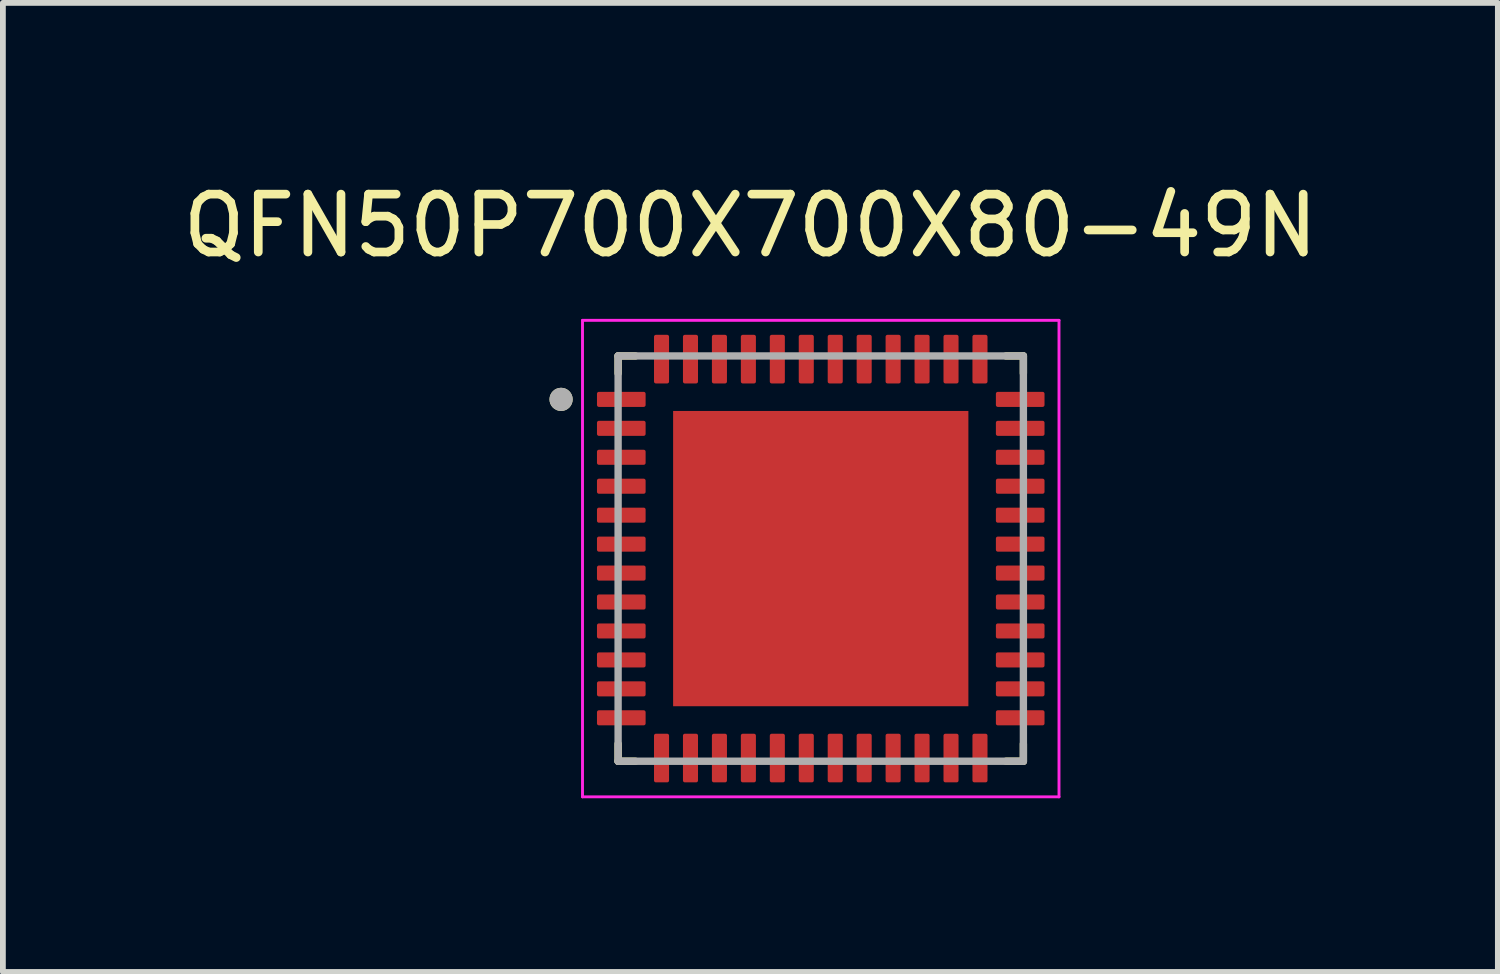
<source format=kicad_pcb>
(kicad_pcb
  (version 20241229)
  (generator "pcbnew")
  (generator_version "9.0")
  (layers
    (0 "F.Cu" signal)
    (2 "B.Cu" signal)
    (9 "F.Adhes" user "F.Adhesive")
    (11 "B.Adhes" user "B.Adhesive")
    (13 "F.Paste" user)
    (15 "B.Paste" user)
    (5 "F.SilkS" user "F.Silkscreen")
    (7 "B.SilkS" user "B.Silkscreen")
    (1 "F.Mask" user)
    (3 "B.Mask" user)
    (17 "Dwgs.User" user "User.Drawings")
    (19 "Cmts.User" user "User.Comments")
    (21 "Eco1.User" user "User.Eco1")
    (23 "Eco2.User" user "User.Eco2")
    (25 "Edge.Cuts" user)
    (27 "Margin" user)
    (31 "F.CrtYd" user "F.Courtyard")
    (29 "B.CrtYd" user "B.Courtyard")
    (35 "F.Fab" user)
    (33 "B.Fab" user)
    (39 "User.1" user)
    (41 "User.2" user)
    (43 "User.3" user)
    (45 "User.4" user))
  (footprint "QFN50P700X700X80-49N"
    (layer "F.Cu")
    (at 11.126 6.598)
    (property "Reference" "QFN50P700X700X80-49N" (at -1.215 -5.75 0) (layer "F.SilkS") (effects (font (size 1 1) (thickness 0.15))))
    (attr smd)
    (fp_line (start -3.5 -3.5) (end -3.5 -3.2) (stroke (width 0.127) (type solid)) (layer "F.SilkS"))
    (fp_line (start -3.5 -3.5) (end -3.2 -3.5) (stroke (width 0.127) (type solid)) (layer "F.SilkS"))
    (fp_line (start -3.5 3.5) (end -3.5 3.2) (stroke (width 0.127) (type solid)) (layer "F.SilkS"))
    (fp_line (start -3.5 3.5) (end -3.2 3.5) (stroke (width 0.127) (type solid)) (layer "F.SilkS"))
    (fp_line (start 3.5 -3.5) (end 3.2 -3.5) (stroke (width 0.127) (type solid)) (layer "F.SilkS"))
    (fp_line (start 3.5 -3.5) (end 3.5 -3.2) (stroke (width 0.127) (type solid)) (layer "F.SilkS"))
    (fp_line (start 3.5 3.5) (end 3.2 3.5) (stroke (width 0.127) (type solid)) (layer "F.SilkS"))
    (fp_line (start 3.5 3.5) (end 3.5 3.2) (stroke (width 0.127) (type solid)) (layer "F.SilkS"))
    (fp_circle (center -4.485 -2.75) (end -4.385 -2.75) (stroke (width 0.2) (type solid)) (fill no) (layer "F.SilkS"))
    (fp_poly (pts (xy -2.085 -2.085) (xy -0.465 -2.085) (xy -0.465 -0.465) (xy -2.085 -0.465)) (stroke (width 0.01) (type solid)) (fill yes) (layer "F.Paste"))
    (fp_poly (pts (xy -2.085 0.465) (xy -0.465 0.465) (xy -0.465 2.085) (xy -2.085 2.085)) (stroke (width 0.01) (type solid)) (fill yes) (layer "F.Paste"))
    (fp_poly (pts (xy 0.465 -2.085) (xy 2.085 -2.085) (xy 2.085 -0.465) (xy 0.465 -0.465)) (stroke (width 0.01) (type solid)) (fill yes) (layer "F.Paste"))
    (fp_poly (pts (xy 0.465 0.465) (xy 2.085 0.465) (xy 2.085 2.085) (xy 0.465 2.085)) (stroke (width 0.01) (type solid)) (fill yes) (layer "F.Paste"))
    (fp_line (start -4.115 -4.115) (end 4.115 -4.115) (stroke (width 0.05) (type solid)) (layer "F.CrtYd"))
    (fp_line (start -4.115 4.115) (end -4.115 -4.115) (stroke (width 0.05) (type solid)) (layer "F.CrtYd"))
    (fp_line (start -4.115 4.115) (end 4.115 4.115) (stroke (width 0.05) (type solid)) (layer "F.CrtYd"))
    (fp_line (start 4.115 4.115) (end 4.115 -4.115) (stroke (width 0.05) (type solid)) (layer "F.CrtYd"))
    (fp_line (start -3.5 3.5) (end -3.5 -3.5) (stroke (width 0.127) (type solid)) (layer "F.Fab"))
    (fp_line (start 3.5 -3.5) (end -3.5 -3.5) (stroke (width 0.127) (type solid)) (layer "F.Fab"))
    (fp_line (start 3.5 3.5) (end -3.5 3.5) (stroke (width 0.127) (type solid)) (layer "F.Fab"))
    (fp_line (start 3.5 3.5) (end 3.5 -3.5) (stroke (width 0.127) (type solid)) (layer "F.Fab"))
    (fp_circle (center -4.485 -2.75) (end -4.385 -2.75) (stroke (width 0.2) (type solid)) (fill no) (layer "F.Fab"))
    (pad "1" smd roundrect (at -3.445 -2.75) (size 0.84 0.26) (layers "F.Cu" "F.Mask" "F.Paste") (roundrect_rratio 0.125))
    (pad "2" smd roundrect (at -3.445 -2.25) (size 0.84 0.26) (layers "F.Cu" "F.Mask" "F.Paste") (roundrect_rratio 0.125))
    (pad "3" smd roundrect (at -3.445 -1.75) (size 0.84 0.26) (layers "F.Cu" "F.Mask" "F.Paste") (roundrect_rratio 0.125))
    (pad "4" smd roundrect (at -3.445 -1.25) (size 0.84 0.26) (layers "F.Cu" "F.Mask" "F.Paste") (roundrect_rratio 0.125))
    (pad "5" smd roundrect (at -3.445 -0.75) (size 0.84 0.26) (layers "F.Cu" "F.Mask" "F.Paste") (roundrect_rratio 0.125))
    (pad "6" smd roundrect (at -3.445 -0.25) (size 0.84 0.26) (layers "F.Cu" "F.Mask" "F.Paste") (roundrect_rratio 0.125))
    (pad "7" smd roundrect (at -3.445 0.25) (size 0.84 0.26) (layers "F.Cu" "F.Mask" "F.Paste") (roundrect_rratio 0.125))
    (pad "8" smd roundrect (at -3.445 0.75) (size 0.84 0.26) (layers "F.Cu" "F.Mask" "F.Paste") (roundrect_rratio 0.125))
    (pad "9" smd roundrect (at -3.445 1.25) (size 0.84 0.26) (layers "F.Cu" "F.Mask" "F.Paste") (roundrect_rratio 0.125))
    (pad "10" smd roundrect (at -3.445 1.75) (size 0.84 0.26) (layers "F.Cu" "F.Mask" "F.Paste") (roundrect_rratio 0.125))
    (pad "11" smd roundrect (at -3.445 2.25) (size 0.84 0.26) (layers "F.Cu" "F.Mask" "F.Paste") (roundrect_rratio 0.125))
    (pad "12" smd roundrect (at -3.445 2.75) (size 0.84 0.26) (layers "F.Cu" "F.Mask" "F.Paste") (roundrect_rratio 0.125))
    (pad "13" smd roundrect (at -2.75 3.445) (size 0.26 0.84) (layers "F.Cu" "F.Mask" "F.Paste") (roundrect_rratio 0.125))
    (pad "14" smd roundrect (at -2.25 3.445) (size 0.26 0.84) (layers "F.Cu" "F.Mask" "F.Paste") (roundrect_rratio 0.125))
    (pad "15" smd roundrect (at -1.75 3.445) (size 0.26 0.84) (layers "F.Cu" "F.Mask" "F.Paste") (roundrect_rratio 0.125))
    (pad "16" smd roundrect (at -1.25 3.445) (size 0.26 0.84) (layers "F.Cu" "F.Mask" "F.Paste") (roundrect_rratio 0.125))
    (pad "17" smd roundrect (at -0.75 3.445) (size 0.26 0.84) (layers "F.Cu" "F.Mask" "F.Paste") (roundrect_rratio 0.125))
    (pad "18" smd roundrect (at -0.25 3.445) (size 0.26 0.84) (layers "F.Cu" "F.Mask" "F.Paste") (roundrect_rratio 0.125))
    (pad "19" smd roundrect (at 0.25 3.445) (size 0.26 0.84) (layers "F.Cu" "F.Mask" "F.Paste") (roundrect_rratio 0.125))
    (pad "20" smd roundrect (at 0.75 3.445) (size 0.26 0.84) (layers "F.Cu" "F.Mask" "F.Paste") (roundrect_rratio 0.125))
    (pad "21" smd roundrect (at 1.25 3.445) (size 0.26 0.84) (layers "F.Cu" "F.Mask" "F.Paste") (roundrect_rratio 0.125))
    (pad "22" smd roundrect (at 1.75 3.445) (size 0.26 0.84) (layers "F.Cu" "F.Mask" "F.Paste") (roundrect_rratio 0.125))
    (pad "23" smd roundrect (at 2.25 3.445) (size 0.26 0.84) (layers "F.Cu" "F.Mask" "F.Paste") (roundrect_rratio 0.125))
    (pad "24" smd roundrect (at 2.75 3.445) (size 0.26 0.84) (layers "F.Cu" "F.Mask" "F.Paste") (roundrect_rratio 0.125))
    (pad "25" smd roundrect (at 3.445 2.75) (size 0.84 0.26) (layers "F.Cu" "F.Mask" "F.Paste") (roundrect_rratio 0.125))
    (pad "26" smd roundrect (at 3.445 2.25) (size 0.84 0.26) (layers "F.Cu" "F.Mask" "F.Paste") (roundrect_rratio 0.125))
    (pad "27" smd roundrect (at 3.445 1.75) (size 0.84 0.26) (layers "F.Cu" "F.Mask" "F.Paste") (roundrect_rratio 0.125))
    (pad "28" smd roundrect (at 3.445 1.25) (size 0.84 0.26) (layers "F.Cu" "F.Mask" "F.Paste") (roundrect_rratio 0.125))
    (pad "29" smd roundrect (at 3.445 0.75) (size 0.84 0.26) (layers "F.Cu" "F.Mask" "F.Paste") (roundrect_rratio 0.125))
    (pad "30" smd roundrect (at 3.445 0.25) (size 0.84 0.26) (layers "F.Cu" "F.Mask" "F.Paste") (roundrect_rratio 0.125))
    (pad "31" smd roundrect (at 3.445 -0.25) (size 0.84 0.26) (layers "F.Cu" "F.Mask" "F.Paste") (roundrect_rratio 0.125))
    (pad "32" smd roundrect (at 3.445 -0.75) (size 0.84 0.26) (layers "F.Cu" "F.Mask" "F.Paste") (roundrect_rratio 0.125))
    (pad "33" smd roundrect (at 3.445 -1.25) (size 0.84 0.26) (layers "F.Cu" "F.Mask" "F.Paste") (roundrect_rratio 0.125))
    (pad "34" smd roundrect (at 3.445 -1.75) (size 0.84 0.26) (layers "F.Cu" "F.Mask" "F.Paste") (roundrect_rratio 0.125))
    (pad "35" smd roundrect (at 3.445 -2.25) (size 0.84 0.26) (layers "F.Cu" "F.Mask" "F.Paste") (roundrect_rratio 0.125))
    (pad "36" smd roundrect (at 3.445 -2.75) (size 0.84 0.26) (layers "F.Cu" "F.Mask" "F.Paste") (roundrect_rratio 0.125))
    (pad "37" smd roundrect (at 2.75 -3.445) (size 0.26 0.84) (layers "F.Cu" "F.Mask" "F.Paste") (roundrect_rratio 0.125))
    (pad "38" smd roundrect (at 2.25 -3.445) (size 0.26 0.84) (layers "F.Cu" "F.Mask" "F.Paste") (roundrect_rratio 0.125))
    (pad "39" smd roundrect (at 1.75 -3.445) (size 0.26 0.84) (layers "F.Cu" "F.Mask" "F.Paste") (roundrect_rratio 0.125))
    (pad "40" smd roundrect (at 1.25 -3.445) (size 0.26 0.84) (layers "F.Cu" "F.Mask" "F.Paste") (roundrect_rratio 0.125))
    (pad "41" smd roundrect (at 0.75 -3.445) (size 0.26 0.84) (layers "F.Cu" "F.Mask" "F.Paste") (roundrect_rratio 0.125))
    (pad "42" smd roundrect (at 0.25 -3.445) (size 0.26 0.84) (layers "F.Cu" "F.Mask" "F.Paste") (roundrect_rratio 0.125))
    (pad "43" smd roundrect (at -0.25 -3.445) (size 0.26 0.84) (layers "F.Cu" "F.Mask" "F.Paste") (roundrect_rratio 0.125))
    (pad "44" smd roundrect (at -0.75 -3.445) (size 0.26 0.84) (layers "F.Cu" "F.Mask" "F.Paste") (roundrect_rratio 0.125))
    (pad "45" smd roundrect (at -1.25 -3.445) (size 0.26 0.84) (layers "F.Cu" "F.Mask" "F.Paste") (roundrect_rratio 0.125))
    (pad "46" smd roundrect (at -1.75 -3.445) (size 0.26 0.84) (layers "F.Cu" "F.Mask" "F.Paste") (roundrect_rratio 0.125))
    (pad "47" smd roundrect (at -2.25 -3.445) (size 0.26 0.84) (layers "F.Cu" "F.Mask" "F.Paste") (roundrect_rratio 0.125))
    (pad "48" smd roundrect (at -2.75 -3.445) (size 0.26 0.84) (layers "F.Cu" "F.Mask" "F.Paste") (roundrect_rratio 0.125))
    (pad "49" smd rect (at 0 0) (size 5.1 5.1) (layers "F.Cu" "F.Mask")))
  (gr_rect
    (start -3 -3)
    (end 22.821 13.738)
    (stroke (width 0.1) (type default))
    (fill no)
    (layer "Edge.Cuts")))
</source>
